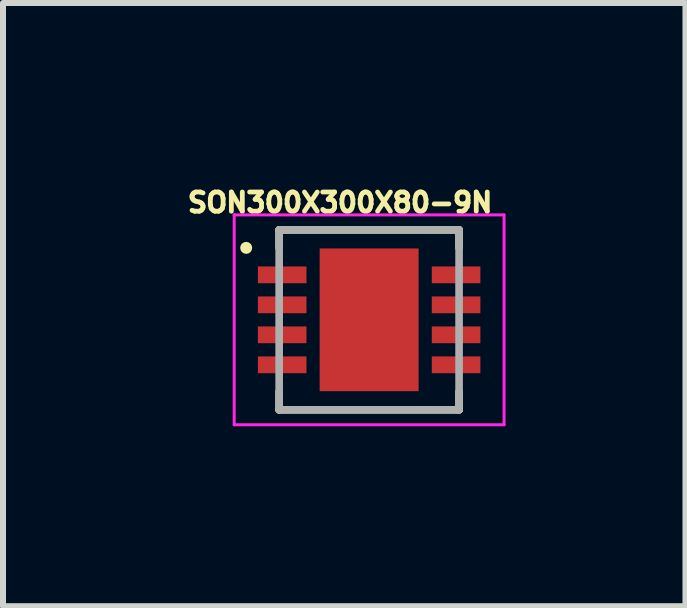
<source format=kicad_pcb>
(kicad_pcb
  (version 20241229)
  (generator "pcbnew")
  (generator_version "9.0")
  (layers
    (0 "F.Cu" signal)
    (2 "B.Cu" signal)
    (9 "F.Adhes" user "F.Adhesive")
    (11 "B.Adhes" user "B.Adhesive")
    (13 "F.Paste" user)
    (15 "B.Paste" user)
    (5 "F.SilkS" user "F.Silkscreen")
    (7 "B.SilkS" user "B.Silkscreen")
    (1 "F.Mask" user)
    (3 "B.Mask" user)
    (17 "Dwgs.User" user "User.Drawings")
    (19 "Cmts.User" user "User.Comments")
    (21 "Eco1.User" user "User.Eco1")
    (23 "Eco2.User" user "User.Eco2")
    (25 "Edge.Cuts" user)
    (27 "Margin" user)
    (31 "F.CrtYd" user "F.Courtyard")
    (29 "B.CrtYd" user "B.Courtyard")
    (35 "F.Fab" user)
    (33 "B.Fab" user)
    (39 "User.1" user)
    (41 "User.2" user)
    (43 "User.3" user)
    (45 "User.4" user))
  (footprint "SON300X300X80-9N"
    (layer "F.Cu")
    (at 3.105 2.283)
    (property "Reference" "SON300X300X80-9N" (at -0.484 -1.955 0) (layer "F.SilkS") (effects (font (size 0.32 0.32) (thickness 0.15))))
    (attr smd)
    (fp_line (start -1.5 -1.5) (end 1.5 -1.5) (stroke (width 0.127) (type solid)) (layer "F.SilkS"))
    (fp_line (start -1.5 -1.2) (end -1.5 -1.5) (stroke (width 0.127) (type solid)) (layer "F.SilkS"))
    (fp_line (start -1.5 1.2) (end -1.5 1.5) (stroke (width 0.127) (type solid)) (layer "F.SilkS"))
    (fp_line (start -1.5 1.5) (end 1.5 1.5) (stroke (width 0.127) (type solid)) (layer "F.SilkS"))
    (fp_line (start 1.5 -1.5) (end 1.5 -1.2) (stroke (width 0.127) (type solid)) (layer "F.SilkS"))
    (fp_line (start 1.5 1.5) (end 1.5 1.2) (stroke (width 0.127) (type solid)) (layer "F.SilkS"))
    (fp_circle (center -2.05 -1.2) (end -2 -1.2) (stroke (width 0.1) (type solid)) (fill no) (layer "F.SilkS"))
    (fp_poly (pts (xy -0.501 -0.75) (xy 0.5 -0.75) (xy 0.5 0.751) (xy -0.501 0.751)) (stroke (width 0.01) (type solid)) (fill yes) (layer "F.Paste"))
    (fp_line (start -2.25 -1.75) (end 2.25 -1.75) (stroke (width 0.05) (type solid)) (layer "F.CrtYd"))
    (fp_line (start -2.25 1.75) (end -2.25 -1.75) (stroke (width 0.05) (type solid)) (layer "F.CrtYd"))
    (fp_line (start 2.25 -1.75) (end 2.25 1.75) (stroke (width 0.05) (type solid)) (layer "F.CrtYd"))
    (fp_line (start 2.25 1.75) (end -2.25 1.75) (stroke (width 0.05) (type solid)) (layer "F.CrtYd"))
    (fp_line (start -1.5 -1.5) (end 1.5 -1.5) (stroke (width 0.127) (type solid)) (layer "F.Fab"))
    (fp_line (start -1.5 1.5) (end -1.5 -1.5) (stroke (width 0.127) (type solid)) (layer "F.Fab"))
    (fp_line (start 1.5 -1.5) (end 1.5 1.5) (stroke (width 0.127) (type solid)) (layer "F.Fab"))
    (fp_line (start 1.5 1.5) (end -1.5 1.5) (stroke (width 0.127) (type solid)) (layer "F.Fab"))
    (pad "1" smd rect (at -1.45 -0.75) (size 0.81 0.28) (layers "F.Cu" "F.Mask" "F.Paste"))
    (pad "2" smd rect (at -1.45 -0.25) (size 0.81 0.28) (layers "F.Cu" "F.Mask" "F.Paste"))
    (pad "3" smd rect (at -1.45 0.25) (size 0.81 0.28) (layers "F.Cu" "F.Mask" "F.Paste"))
    (pad "4" smd rect (at -1.45 0.75) (size 0.81 0.28) (layers "F.Cu" "F.Mask" "F.Paste"))
    (pad "5" smd rect (at 1.45 0.75) (size 0.81 0.28) (layers "F.Cu" "F.Mask" "F.Paste"))
    (pad "6" smd rect (at 1.45 0.25 180) (size 0.81 0.28) (layers "F.Cu" "F.Mask" "F.Paste"))
    (pad "7" smd rect (at 1.45 -0.25 180) (size 0.81 0.28) (layers "F.Cu" "F.Mask" "F.Paste"))
    (pad "8" smd rect (at 1.45 -0.75 180) (size 0.81 0.28) (layers "F.Cu" "F.Mask" "F.Paste"))
    (pad "9" smd rect (at 0 0) (size 1.65 2.38) (layers "F.Cu" "F.Mask")))
  (gr_rect
    (start -3 -3)
    (end 8.38 7.058)
    (stroke (width 0.1) (type default))
    (fill no)
    (layer "Edge.Cuts")))
</source>
